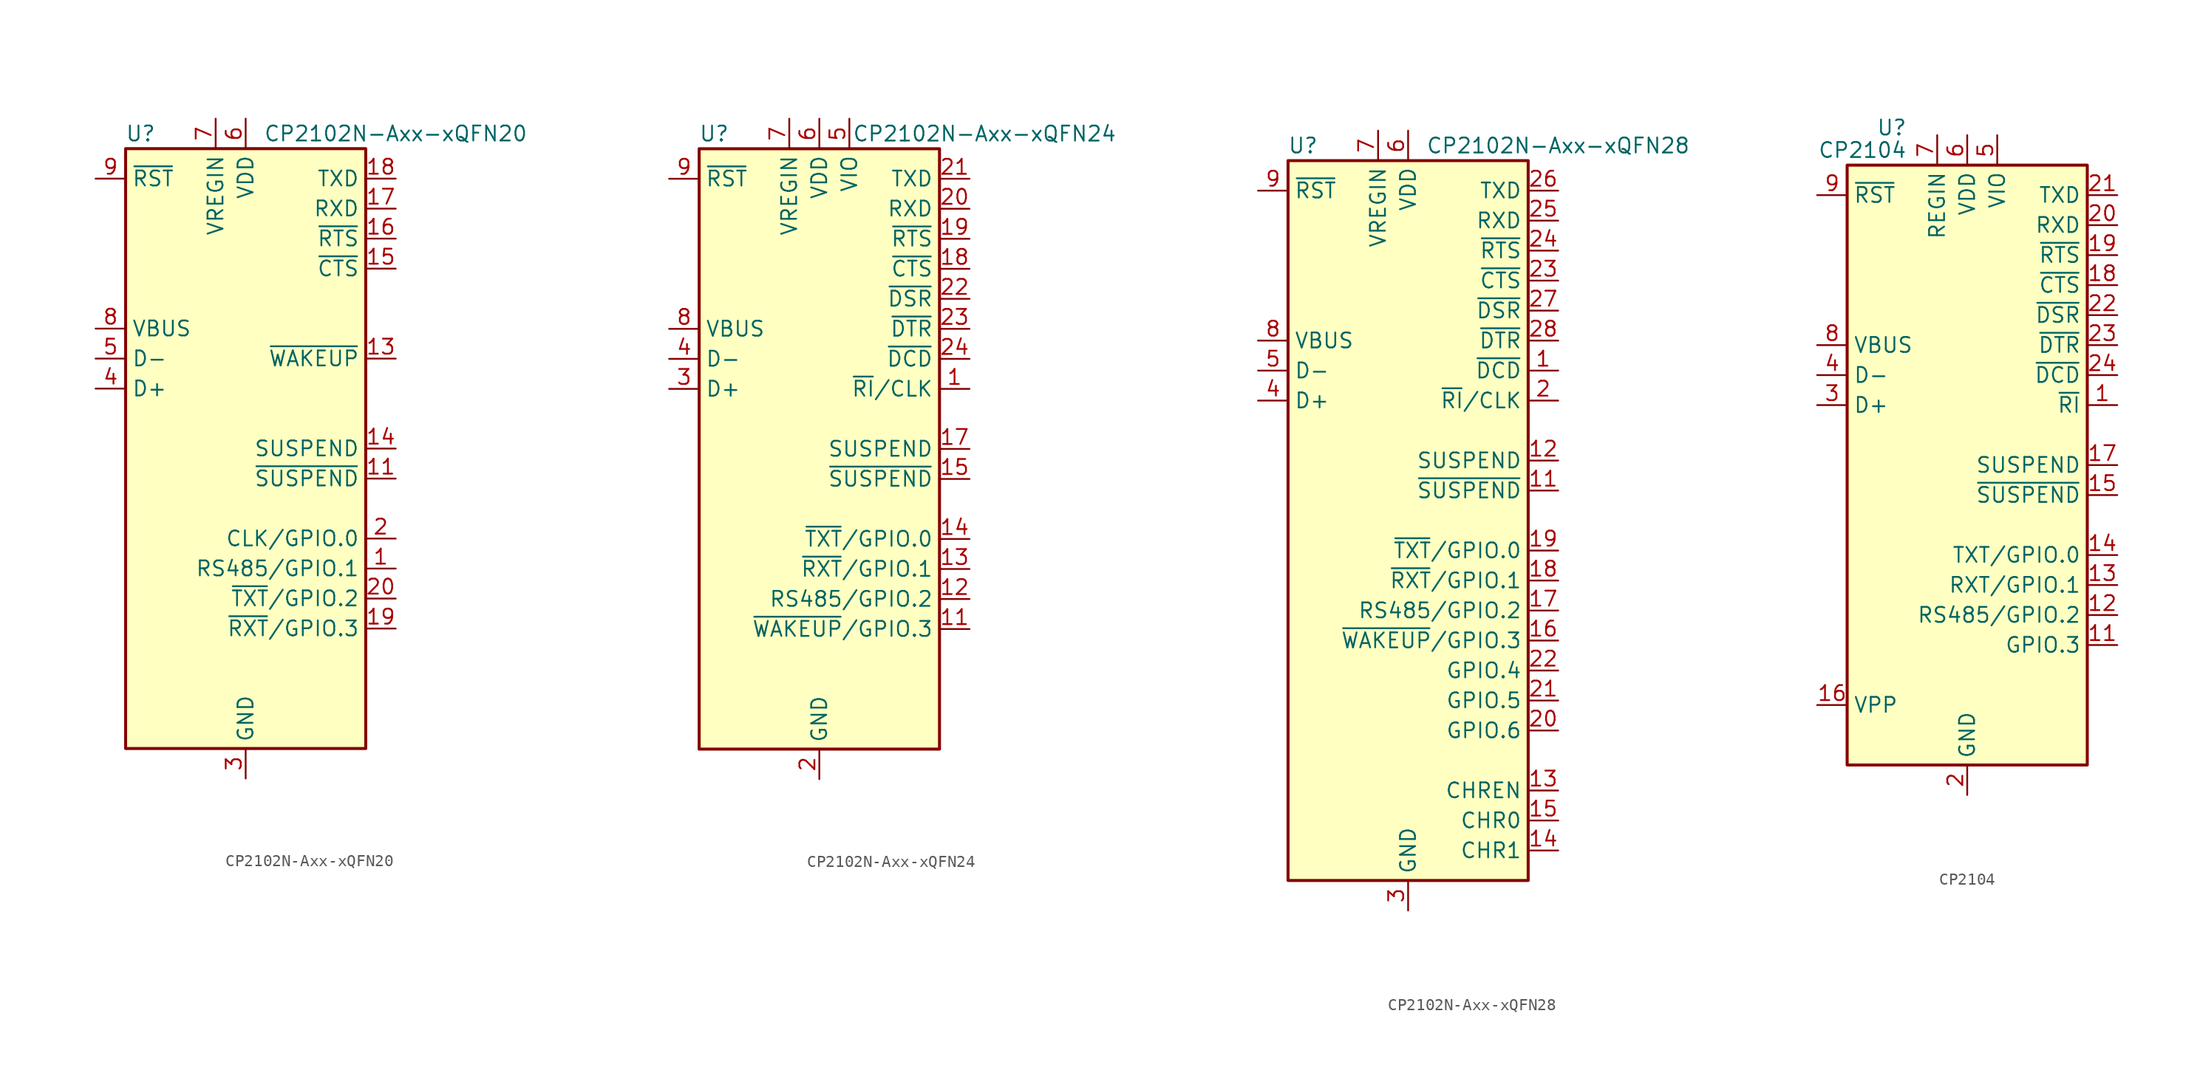
<source format=kicad_sym>
(kicad_symbol_lib
  (version 20220914)
  (generator kicad_symbol_editor)
  (symbol "CP2102N-Axx-xQFN20"
    (property "Reference" "U"
      (at -8.89 26.67 0)
      (effects (font (size 1.27 1.27))))
    (property "Value" "CP2102N-Axx-xQFN20"
      (at 12.7 26.67 0)
      (effects (font (size 1.27 1.27))))
    (symbol "CP2102N-Axx-xQFN20_0_1"
      (rectangle (start -10.16 25.4) (end 10.16 -25.4) (stroke (width 0.254) (type default)) (fill (type background))))
    (symbol "CP2102N-Axx-xQFN20_1_1"
      (pin bidirectional line (at 12.7 -10.16 180) (length 2.54) (name "RS485/GPIO.1" (effects (font (size 1.27 1.27)))) (number "1" (effects (font (size 1.27 1.27)))))
      (pin no_connect line (at -10.16 -22.86 0) (length 2.54) hide (name "NC" (effects (font (size 1.27 1.27)))) (number "10" (effects (font (size 1.27 1.27)))))
      (pin output line (at 12.7 -2.54 180) (length 2.54) (name "~{SUSPEND}" (effects (font (size 1.27 1.27)))) (number "11" (effects (font (size 1.27 1.27)))))
      (pin passive line (at 0 -27.94 90) (length 2.54) hide (name "GND" (effects (font (size 1.27 1.27)))) (number "12" (effects (font (size 1.27 1.27)))))
      (pin input line (at 12.7 7.62 180) (length 2.54) (name "~{WAKEUP}" (effects (font (size 1.27 1.27)))) (number "13" (effects (font (size 1.27 1.27)))))
      (pin output line (at 12.7 0 180) (length 2.54) (name "SUSPEND" (effects (font (size 1.27 1.27)))) (number "14" (effects (font (size 1.27 1.27)))))
      (pin input line (at 12.7 15.24 180) (length 2.54) (name "~{CTS}" (effects (font (size 1.27 1.27)))) (number "15" (effects (font (size 1.27 1.27)))))
      (pin output line (at 12.7 17.78 180) (length 2.54) (name "~{RTS}" (effects (font (size 1.27 1.27)))) (number "16" (effects (font (size 1.27 1.27)))))
      (pin input line (at 12.7 20.32 180) (length 2.54) (name "RXD" (effects (font (size 1.27 1.27)))) (number "17" (effects (font (size 1.27 1.27)))))
      (pin output line (at 12.7 22.86 180) (length 2.54) (name "TXD" (effects (font (size 1.27 1.27)))) (number "18" (effects (font (size 1.27 1.27)))))
      (pin bidirectional line (at 12.7 -15.24 180) (length 2.54) (name "~{RXT}/GPIO.3" (effects (font (size 1.27 1.27)))) (number "19" (effects (font (size 1.27 1.27)))))
      (pin bidirectional line (at 12.7 -7.62 180) (length 2.54) (name "CLK/GPIO.0" (effects (font (size 1.27 1.27)))) (number "2" (effects (font (size 1.27 1.27)))))
      (pin bidirectional line (at 12.7 -12.7 180) (length 2.54) (name "~{TXT}/GPIO.2" (effects (font (size 1.27 1.27)))) (number "20" (effects (font (size 1.27 1.27)))))
      (pin passive line (at 0 -27.94 90) (length 2.54) hide (name "GND" (effects (font (size 1.27 1.27)))) (number "21" (effects (font (size 1.27 1.27)))))
      (pin power_in line (at 0 -27.94 90) (length 2.54) (name "GND" (effects (font (size 1.27 1.27)))) (number "3" (effects (font (size 1.27 1.27)))))
      (pin bidirectional line (at -12.7 5.08 0) (length 2.54) (name "D+" (effects (font (size 1.27 1.27)))) (number "4" (effects (font (size 1.27 1.27)))))
      (pin bidirectional line (at -12.7 7.62 0) (length 2.54) (name "D-" (effects (font (size 1.27 1.27)))) (number "5" (effects (font (size 1.27 1.27)))))
      (pin power_in line (at 0 27.94 270) (length 2.54) (name "VDD" (effects (font (size 1.27 1.27)))) (number "6" (effects (font (size 1.27 1.27)))))
      (pin power_in line (at -2.54 27.94 270) (length 2.54) (name "VREGIN" (effects (font (size 1.27 1.27)))) (number "7" (effects (font (size 1.27 1.27)))))
      (pin input line (at -12.7 10.16 0) (length 2.54) (name "VBUS" (effects (font (size 1.27 1.27)))) (number "8" (effects (font (size 1.27 1.27)))))
      (pin input line (at -12.7 22.86 0) (length 2.54) (name "~{RST}" (effects (font (size 1.27 1.27)))) (number "9" (effects (font (size 1.27 1.27)))))))
  (symbol "CP2102N-Axx-xQFN24"
    (property "Reference" "U"
      (at -8.89 26.67 0)
      (effects (font (size 1.27 1.27))))
    (property "Value" "CP2102N-Axx-xQFN24"
      (at 13.97 26.67 0)
      (effects (font (size 1.27 1.27))))
    (symbol "CP2102N-Axx-xQFN24_0_1"
      (rectangle (start -10.16 25.4) (end 10.16 -25.4) (stroke (width 0.254) (type default)) (fill (type background))))
    (symbol "CP2102N-Axx-xQFN24_1_1"
      (pin bidirectional line (at 12.7 5.08 180) (length 2.54) (name "~{RI}/CLK" (effects (font (size 1.27 1.27)))) (number "1" (effects (font (size 1.27 1.27)))))
      (pin no_connect line (at -10.16 -22.86 0) (length 2.54) hide (name "NC" (effects (font (size 1.27 1.27)))) (number "10" (effects (font (size 1.27 1.27)))))
      (pin bidirectional line (at 12.7 -15.24 180) (length 2.54) (name "~{WAKEUP}/GPIO.3" (effects (font (size 1.27 1.27)))) (number "11" (effects (font (size 1.27 1.27)))))
      (pin bidirectional line (at 12.7 -12.7 180) (length 2.54) (name "RS485/GPIO.2" (effects (font (size 1.27 1.27)))) (number "12" (effects (font (size 1.27 1.27)))))
      (pin bidirectional line (at 12.7 -10.16 180) (length 2.54) (name "~{RXT}/GPIO.1" (effects (font (size 1.27 1.27)))) (number "13" (effects (font (size 1.27 1.27)))))
      (pin bidirectional line (at 12.7 -7.62 180) (length 2.54) (name "~{TXT}/GPIO.0" (effects (font (size 1.27 1.27)))) (number "14" (effects (font (size 1.27 1.27)))))
      (pin output line (at 12.7 -2.54 180) (length 2.54) (name "~{SUSPEND}" (effects (font (size 1.27 1.27)))) (number "15" (effects (font (size 1.27 1.27)))))
      (pin no_connect line (at 10.16 -22.86 180) (length 2.54) hide (name "NC" (effects (font (size 1.27 1.27)))) (number "16" (effects (font (size 1.27 1.27)))))
      (pin output line (at 12.7 0 180) (length 2.54) (name "SUSPEND" (effects (font (size 1.27 1.27)))) (number "17" (effects (font (size 1.27 1.27)))))
      (pin input line (at 12.7 15.24 180) (length 2.54) (name "~{CTS}" (effects (font (size 1.27 1.27)))) (number "18" (effects (font (size 1.27 1.27)))))
      (pin output line (at 12.7 17.78 180) (length 2.54) (name "~{RTS}" (effects (font (size 1.27 1.27)))) (number "19" (effects (font (size 1.27 1.27)))))
      (pin power_in line (at 0 -27.94 90) (length 2.54) (name "GND" (effects (font (size 1.27 1.27)))) (number "2" (effects (font (size 1.27 1.27)))))
      (pin input line (at 12.7 20.32 180) (length 2.54) (name "RXD" (effects (font (size 1.27 1.27)))) (number "20" (effects (font (size 1.27 1.27)))))
      (pin output line (at 12.7 22.86 180) (length 2.54) (name "TXD" (effects (font (size 1.27 1.27)))) (number "21" (effects (font (size 1.27 1.27)))))
      (pin input line (at 12.7 12.7 180) (length 2.54) (name "~{DSR}" (effects (font (size 1.27 1.27)))) (number "22" (effects (font (size 1.27 1.27)))))
      (pin output line (at 12.7 10.16 180) (length 2.54) (name "~{DTR}" (effects (font (size 1.27 1.27)))) (number "23" (effects (font (size 1.27 1.27)))))
      (pin input line (at 12.7 7.62 180) (length 2.54) (name "~{DCD}" (effects (font (size 1.27 1.27)))) (number "24" (effects (font (size 1.27 1.27)))))
      (pin passive line (at 0 -27.94 90) (length 2.54) hide (name "GND" (effects (font (size 1.27 1.27)))) (number "25" (effects (font (size 1.27 1.27)))))
      (pin bidirectional line (at -12.7 5.08 0) (length 2.54) (name "D+" (effects (font (size 1.27 1.27)))) (number "3" (effects (font (size 1.27 1.27)))))
      (pin bidirectional line (at -12.7 7.62 0) (length 2.54) (name "D-" (effects (font (size 1.27 1.27)))) (number "4" (effects (font (size 1.27 1.27)))))
      (pin power_in line (at 2.54 27.94 270) (length 2.54) (name "VIO" (effects (font (size 1.27 1.27)))) (number "5" (effects (font (size 1.27 1.27)))))
      (pin power_in line (at 0 27.94 270) (length 2.54) (name "VDD" (effects (font (size 1.27 1.27)))) (number "6" (effects (font (size 1.27 1.27)))))
      (pin power_in line (at -2.54 27.94 270) (length 2.54) (name "VREGIN" (effects (font (size 1.27 1.27)))) (number "7" (effects (font (size 1.27 1.27)))))
      (pin input line (at -12.7 10.16 0) (length 2.54) (name "VBUS" (effects (font (size 1.27 1.27)))) (number "8" (effects (font (size 1.27 1.27)))))
      (pin input line (at -12.7 22.86 0) (length 2.54) (name "~{RST}" (effects (font (size 1.27 1.27)))) (number "9" (effects (font (size 1.27 1.27)))))))
  (symbol "CP2102N-Axx-xQFN28"
    (property "Reference" "U"
      (at -8.89 31.75 0)
      (effects (font (size 1.27 1.27))))
    (property "Value" "CP2102N-Axx-xQFN28"
      (at 12.7 31.75 0)
      (effects (font (size 1.27 1.27))))
    (symbol "CP2102N-Axx-xQFN28_0_1"
      (rectangle (start -10.16 30.48) (end 10.16 -30.48) (stroke (width 0.254) (type default)) (fill (type background))))
    (symbol "CP2102N-Axx-xQFN28_1_1"
      (pin input line (at 12.7 12.7 180) (length 2.54) (name "~{DCD}" (effects (font (size 1.27 1.27)))) (number "1" (effects (font (size 1.27 1.27)))))
      (pin no_connect line (at -10.16 -27.94 0) (length 2.54) hide (name "NC" (effects (font (size 1.27 1.27)))) (number "10" (effects (font (size 1.27 1.27)))))
      (pin output line (at 12.7 2.54 180) (length 2.54) (name "~{SUSPEND}" (effects (font (size 1.27 1.27)))) (number "11" (effects (font (size 1.27 1.27)))))
      (pin output line (at 12.7 5.08 180) (length 2.54) (name "SUSPEND" (effects (font (size 1.27 1.27)))) (number "12" (effects (font (size 1.27 1.27)))))
      (pin output line (at 12.7 -22.86 180) (length 2.54) (name "CHREN" (effects (font (size 1.27 1.27)))) (number "13" (effects (font (size 1.27 1.27)))))
      (pin output line (at 12.7 -27.94 180) (length 2.54) (name "CHR1" (effects (font (size 1.27 1.27)))) (number "14" (effects (font (size 1.27 1.27)))))
      (pin output line (at 12.7 -25.4 180) (length 2.54) (name "CHR0" (effects (font (size 1.27 1.27)))) (number "15" (effects (font (size 1.27 1.27)))))
      (pin bidirectional line (at 12.7 -10.16 180) (length 2.54) (name "~{WAKEUP}/GPIO.3" (effects (font (size 1.27 1.27)))) (number "16" (effects (font (size 1.27 1.27)))))
      (pin bidirectional line (at 12.7 -7.62 180) (length 2.54) (name "RS485/GPIO.2" (effects (font (size 1.27 1.27)))) (number "17" (effects (font (size 1.27 1.27)))))
      (pin bidirectional line (at 12.7 -5.08 180) (length 2.54) (name "~{RXT}/GPIO.1" (effects (font (size 1.27 1.27)))) (number "18" (effects (font (size 1.27 1.27)))))
      (pin bidirectional line (at 12.7 -2.54 180) (length 2.54) (name "~{TXT}/GPIO.0" (effects (font (size 1.27 1.27)))) (number "19" (effects (font (size 1.27 1.27)))))
      (pin bidirectional line (at 12.7 10.16 180) (length 2.54) (name "~{RI}/CLK" (effects (font (size 1.27 1.27)))) (number "2" (effects (font (size 1.27 1.27)))))
      (pin bidirectional line (at 12.7 -17.78 180) (length 2.54) (name "GPIO.6" (effects (font (size 1.27 1.27)))) (number "20" (effects (font (size 1.27 1.27)))))
      (pin bidirectional line (at 12.7 -15.24 180) (length 2.54) (name "GPIO.5" (effects (font (size 1.27 1.27)))) (number "21" (effects (font (size 1.27 1.27)))))
      (pin bidirectional line (at 12.7 -12.7 180) (length 2.54) (name "GPIO.4" (effects (font (size 1.27 1.27)))) (number "22" (effects (font (size 1.27 1.27)))))
      (pin input line (at 12.7 20.32 180) (length 2.54) (name "~{CTS}" (effects (font (size 1.27 1.27)))) (number "23" (effects (font (size 1.27 1.27)))))
      (pin output line (at 12.7 22.86 180) (length 2.54) (name "~{RTS}" (effects (font (size 1.27 1.27)))) (number "24" (effects (font (size 1.27 1.27)))))
      (pin input line (at 12.7 25.4 180) (length 2.54) (name "RXD" (effects (font (size 1.27 1.27)))) (number "25" (effects (font (size 1.27 1.27)))))
      (pin output line (at 12.7 27.94 180) (length 2.54) (name "TXD" (effects (font (size 1.27 1.27)))) (number "26" (effects (font (size 1.27 1.27)))))
      (pin input line (at 12.7 17.78 180) (length 2.54) (name "~{DSR}" (effects (font (size 1.27 1.27)))) (number "27" (effects (font (size 1.27 1.27)))))
      (pin output line (at 12.7 15.24 180) (length 2.54) (name "~{DTR}" (effects (font (size 1.27 1.27)))) (number "28" (effects (font (size 1.27 1.27)))))
      (pin passive line (at 0 -33.02 90) (length 2.54) hide (name "GND" (effects (font (size 1.27 1.27)))) (number "29" (effects (font (size 1.27 1.27)))))
      (pin power_in line (at 0 -33.02 90) (length 2.54) (name "GND" (effects (font (size 1.27 1.27)))) (number "3" (effects (font (size 1.27 1.27)))))
      (pin bidirectional line (at -12.7 10.16 0) (length 2.54) (name "D+" (effects (font (size 1.27 1.27)))) (number "4" (effects (font (size 1.27 1.27)))))
      (pin bidirectional line (at -12.7 12.7 0) (length 2.54) (name "D-" (effects (font (size 1.27 1.27)))) (number "5" (effects (font (size 1.27 1.27)))))
      (pin power_in line (at 0 33.02 270) (length 2.54) (name "VDD" (effects (font (size 1.27 1.27)))) (number "6" (effects (font (size 1.27 1.27)))))
      (pin power_in line (at -2.54 33.02 270) (length 2.54) (name "VREGIN" (effects (font (size 1.27 1.27)))) (number "7" (effects (font (size 1.27 1.27)))))
      (pin input line (at -12.7 15.24 0) (length 2.54) (name "VBUS" (effects (font (size 1.27 1.27)))) (number "8" (effects (font (size 1.27 1.27)))))
      (pin input line (at -12.7 27.94 0) (length 2.54) (name "~{RST}" (effects (font (size 1.27 1.27)))) (number "9" (effects (font (size 1.27 1.27)))))))
  (symbol "CP2104"
    (property "Reference" "U"
      (at -5.08 28.575 0)
      (effects (font (size 1.27 1.27)) (justify right)))
    (property "Value" "CP2104"
      (at -5.08 26.67 0)
      (effects (font (size 1.27 1.27)) (justify right)))
    (symbol "CP2104_1_1"
      (rectangle (start -10.16 25.4) (end 10.16 -25.4) (stroke (width 0.254) (type default)) (fill (type background)))
      (pin input line (at 12.7 5.08 180) (length 2.54) (name "~{RI}" (effects (font (size 1.27 1.27)))) (number "1" (effects (font (size 1.27 1.27)))))
      (pin no_connect line (at 10.16 -20.32 180) (length 2.54) hide (name "NC" (effects (font (size 1.27 1.27)))) (number "10" (effects (font (size 1.27 1.27)))))
      (pin bidirectional line (at 12.7 -15.24 180) (length 2.54) (name "GPIO.3" (effects (font (size 1.27 1.27)))) (number "11" (effects (font (size 1.27 1.27)))))
      (pin bidirectional line (at 12.7 -12.7 180) (length 2.54) (name "RS485/GPIO.2" (effects (font (size 1.27 1.27)))) (number "12" (effects (font (size 1.27 1.27)))))
      (pin bidirectional line (at 12.7 -10.16 180) (length 2.54) (name "RXT/GPIO.1" (effects (font (size 1.27 1.27)))) (number "13" (effects (font (size 1.27 1.27)))))
      (pin bidirectional line (at 12.7 -7.62 180) (length 2.54) (name "TXT/GPIO.0" (effects (font (size 1.27 1.27)))) (number "14" (effects (font (size 1.27 1.27)))))
      (pin output line (at 12.7 -2.54 180) (length 2.54) (name "~{SUSPEND}" (effects (font (size 1.27 1.27)))) (number "15" (effects (font (size 1.27 1.27)))))
      (pin passive line (at -12.7 -20.32 0) (length 2.54) (name "VPP" (effects (font (size 1.27 1.27)))) (number "16" (effects (font (size 1.27 1.27)))))
      (pin output line (at 12.7 0 180) (length 2.54) (name "SUSPEND" (effects (font (size 1.27 1.27)))) (number "17" (effects (font (size 1.27 1.27)))))
      (pin input line (at 12.7 15.24 180) (length 2.54) (name "~{CTS}" (effects (font (size 1.27 1.27)))) (number "18" (effects (font (size 1.27 1.27)))))
      (pin output line (at 12.7 17.78 180) (length 2.54) (name "~{RTS}" (effects (font (size 1.27 1.27)))) (number "19" (effects (font (size 1.27 1.27)))))
      (pin power_in line (at 0 -27.94 90) (length 2.54) (name "GND" (effects (font (size 1.27 1.27)))) (number "2" (effects (font (size 1.27 1.27)))))
      (pin input line (at 12.7 20.32 180) (length 2.54) (name "RXD" (effects (font (size 1.27 1.27)))) (number "20" (effects (font (size 1.27 1.27)))))
      (pin output line (at 12.7 22.86 180) (length 2.54) (name "TXD" (effects (font (size 1.27 1.27)))) (number "21" (effects (font (size 1.27 1.27)))))
      (pin input line (at 12.7 12.7 180) (length 2.54) (name "~{DSR}" (effects (font (size 1.27 1.27)))) (number "22" (effects (font (size 1.27 1.27)))))
      (pin output line (at 12.7 10.16 180) (length 2.54) (name "~{DTR}" (effects (font (size 1.27 1.27)))) (number "23" (effects (font (size 1.27 1.27)))))
      (pin input line (at 12.7 7.62 180) (length 2.54) (name "~{DCD}" (effects (font (size 1.27 1.27)))) (number "24" (effects (font (size 1.27 1.27)))))
      (pin passive line (at 0 -27.94 90) (length 2.54) hide (name "GND" (effects (font (size 1.27 1.27)))) (number "25" (effects (font (size 1.27 1.27)))))
      (pin bidirectional line (at -12.7 5.08 0) (length 2.54) (name "D+" (effects (font (size 1.27 1.27)))) (number "3" (effects (font (size 1.27 1.27)))))
      (pin bidirectional line (at -12.7 7.62 0) (length 2.54) (name "D-" (effects (font (size 1.27 1.27)))) (number "4" (effects (font (size 1.27 1.27)))))
      (pin power_in line (at 2.54 27.94 270) (length 2.54) (name "VIO" (effects (font (size 1.27 1.27)))) (number "5" (effects (font (size 1.27 1.27)))))
      (pin power_in line (at 0 27.94 270) (length 2.54) (name "VDD" (effects (font (size 1.27 1.27)))) (number "6" (effects (font (size 1.27 1.27)))))
      (pin power_in line (at -2.54 27.94 270) (length 2.54) (name "REGIN" (effects (font (size 1.27 1.27)))) (number "7" (effects (font (size 1.27 1.27)))))
      (pin input line (at -12.7 10.16 0) (length 2.54) (name "VBUS" (effects (font (size 1.27 1.27)))) (number "8" (effects (font (size 1.27 1.27)))))
      (pin bidirectional line (at -12.7 22.86 0) (length 2.54) (name "~{RST}" (effects (font (size 1.27 1.27)))) (number "9" (effects (font (size 1.27 1.27))))))))
</source>
